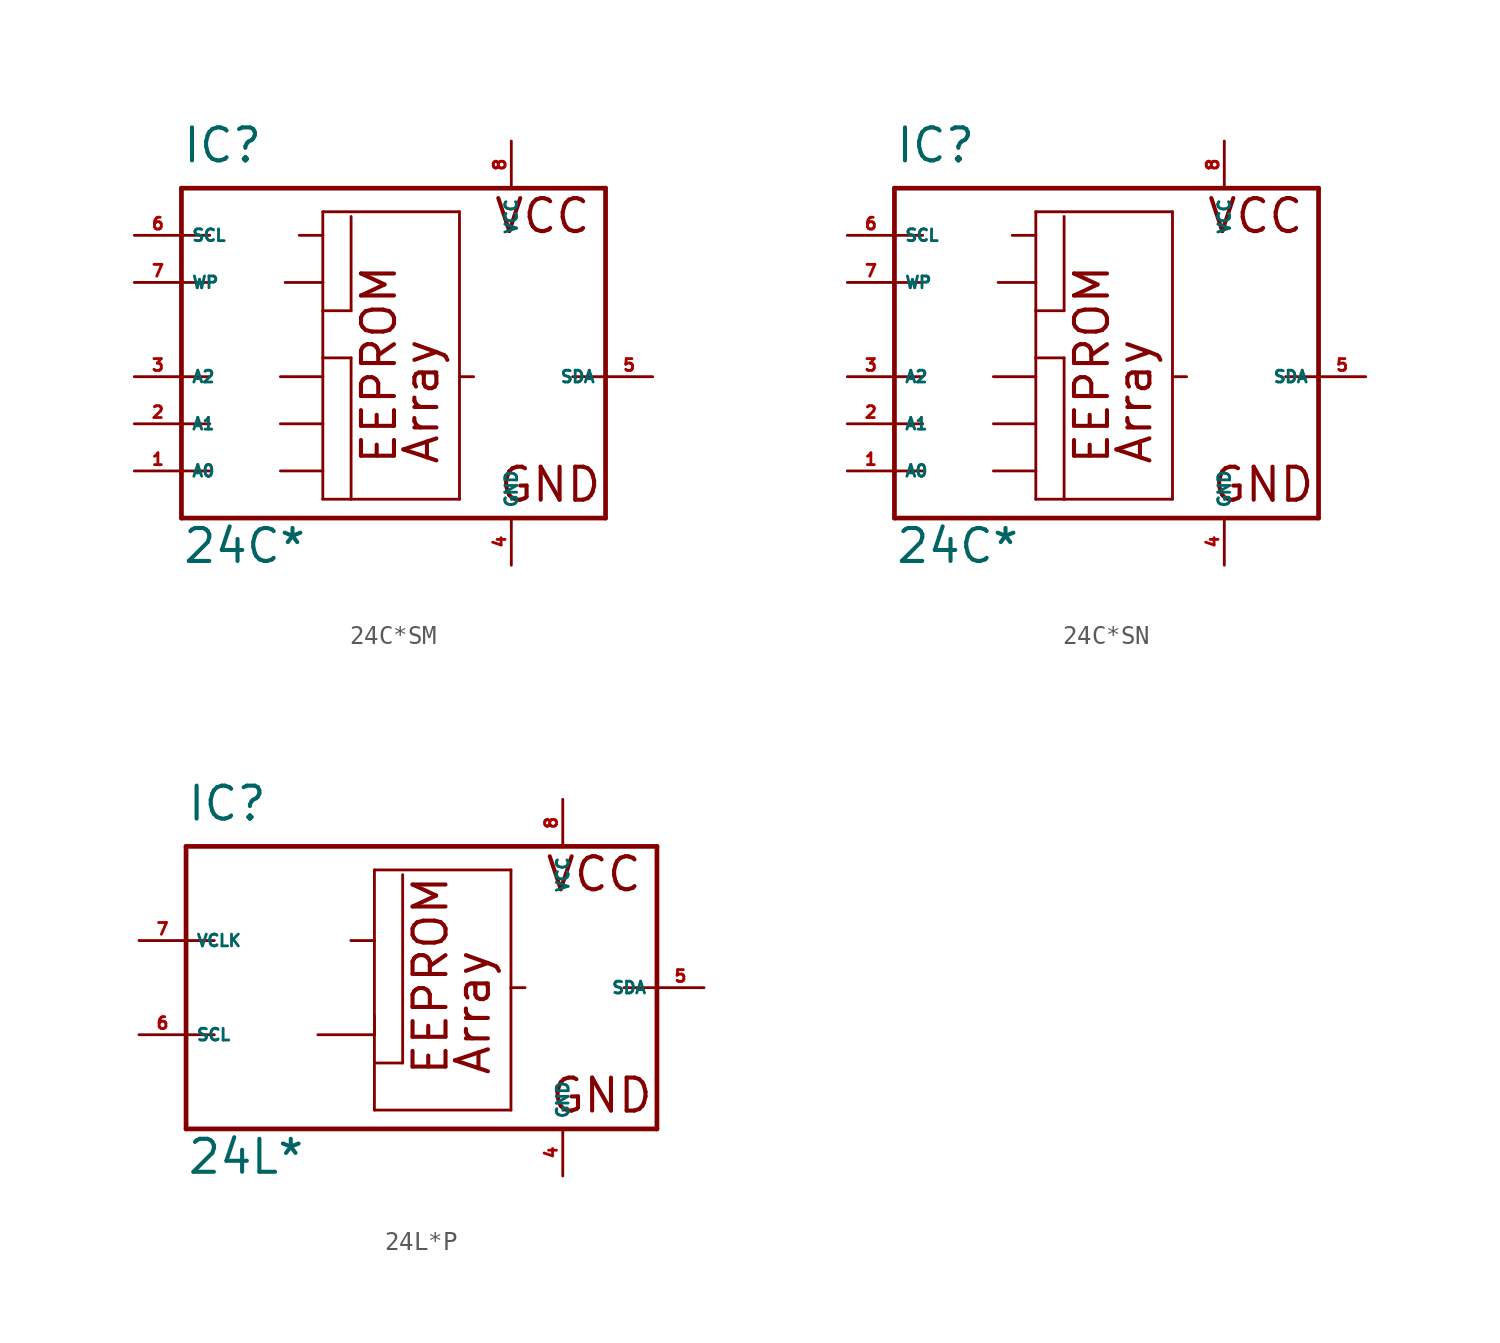
<source format=kicad_sym>
(kicad_symbol_lib
  (version 20220914)
  (generator Eagle2Kicad)
  (symbol "24C*SM"
    (property "Reference" "IC"
      (at -10.16 11.43 0)
      (effects (font (size 1.778 1.778) (thickness 0.22)) (justify left bottom)))
    (property "Value" "24C*"
      (at -10.16 -10.16 0)
      (effects (font (size 1.778 1.778) (thickness 0.22)) (justify left bottom)))
    (polyline
      (pts (xy -10.16 10.16) (xy 12.7 10.16))
      (stroke (width 0.254) (type default))
      (fill (type none)))
    (polyline
      (pts (xy 12.7 10.16) (xy 12.7 0))
      (stroke (width 0.254) (type default))
      (fill (type none)))
    (polyline
      (pts (xy 12.7 0) (xy 12.7 -7.62))
      (stroke (width 0.254) (type default))
      (fill (type none)))
    (polyline
      (pts (xy 12.7 -7.62) (xy -10.16 -7.62))
      (stroke (width 0.254) (type default))
      (fill (type none)))
    (polyline
      (pts (xy -10.16 -7.62) (xy -10.16 -5.08))
      (stroke (width 0.254) (type default))
      (fill (type none)))
    (polyline
      (pts (xy -10.16 -5.08) (xy -10.16 -2.54))
      (stroke (width 0.254) (type default))
      (fill (type none)))
    (polyline
      (pts (xy -10.16 -2.54) (xy -10.16 0))
      (stroke (width 0.254) (type default))
      (fill (type none)))
    (polyline
      (pts (xy -10.16 0) (xy -10.16 5.08))
      (stroke (width 0.254) (type default))
      (fill (type none)))
    (polyline
      (pts (xy -10.16 5.08) (xy -10.16 7.62))
      (stroke (width 0.254) (type default))
      (fill (type none)))
    (polyline
      (pts (xy -10.16 7.62) (xy -10.16 10.16))
      (stroke (width 0.254) (type default))
      (fill (type none)))
    (polyline
      (pts (xy -2.54 8.89) (xy 4.826 8.89))
      (stroke (width 0.152) (type default))
      (fill (type none)))
    (polyline
      (pts (xy 4.826 8.89) (xy 4.826 0))
      (stroke (width 0.152) (type default))
      (fill (type none)))
    (polyline
      (pts (xy 4.826 0) (xy 4.826 -6.604))
      (stroke (width 0.152) (type default))
      (fill (type none)))
    (polyline
      (pts (xy 4.826 -6.604) (xy -1.016 -6.604))
      (stroke (width 0.152) (type default))
      (fill (type none)))
    (polyline
      (pts (xy -1.016 -6.604) (xy -2.54 -6.604))
      (stroke (width 0.152) (type default))
      (fill (type none)))
    (polyline
      (pts (xy -2.54 -6.604) (xy -2.54 -5.08))
      (stroke (width 0.152) (type default))
      (fill (type none)))
    (polyline
      (pts (xy -2.54 -5.08) (xy -2.54 -2.54))
      (stroke (width 0.152) (type default))
      (fill (type none)))
    (polyline
      (pts (xy -2.54 -2.54) (xy -2.54 0))
      (stroke (width 0.152) (type default))
      (fill (type none)))
    (polyline
      (pts (xy -2.54 0) (xy -2.54 1.016))
      (stroke (width 0.152) (type default))
      (fill (type none)))
    (polyline
      (pts (xy -2.54 1.016) (xy -2.54 3.556))
      (stroke (width 0.152) (type default))
      (fill (type none)))
    (polyline
      (pts (xy -2.54 3.556) (xy -2.54 5.08))
      (stroke (width 0.152) (type default))
      (fill (type none)))
    (polyline
      (pts (xy -2.54 5.08) (xy -2.54 7.62))
      (stroke (width 0.152) (type default))
      (fill (type none)))
    (polyline
      (pts (xy -2.54 7.62) (xy -2.54 8.89))
      (stroke (width 0.152) (type default))
      (fill (type none)))
    (polyline
      (pts (xy -4.826 0) (xy -2.54 0))
      (stroke (width 0.152) (type default))
      (fill (type none)))
    (polyline
      (pts (xy -4.826 -2.54) (xy -2.54 -2.54))
      (stroke (width 0.152) (type default))
      (fill (type none)))
    (polyline
      (pts (xy -4.826 -5.08) (xy -2.54 -5.08))
      (stroke (width 0.152) (type default))
      (fill (type none)))
    (polyline
      (pts (xy -10.16 0) (xy -8.636 0))
      (stroke (width 0.152) (type default))
      (fill (type none)))
    (polyline
      (pts (xy -10.16 -2.54) (xy -8.636 -2.54))
      (stroke (width 0.152) (type default))
      (fill (type none)))
    (polyline
      (pts (xy -10.16 -5.08) (xy -8.636 -5.08))
      (stroke (width 0.152) (type default))
      (fill (type none)))
    (polyline
      (pts (xy -10.16 7.62) (xy -8.636 7.62))
      (stroke (width 0.152) (type default))
      (fill (type none)))
    (polyline
      (pts (xy 12.7 0) (xy 10.922 0))
      (stroke (width 0.152) (type default))
      (fill (type none)))
    (polyline
      (pts (xy 5.588 0) (xy 4.826 0))
      (stroke (width 0.152) (type default))
      (fill (type none)))
    (polyline
      (pts (xy -1.016 8.636) (xy -1.016 3.556))
      (stroke (width 0.152) (type default))
      (fill (type none)))
    (polyline
      (pts (xy -1.016 1.016) (xy -1.016 -6.604))
      (stroke (width 0.152) (type default))
      (fill (type none)))
    (polyline
      (pts (xy -10.16 5.08) (xy -8.636 5.08))
      (stroke (width 0.152) (type default))
      (fill (type none)))
    (polyline
      (pts (xy -4.572 5.08) (xy -2.54 5.08))
      (stroke (width 0.152) (type default))
      (fill (type none)))
    (polyline
      (pts (xy -2.54 3.556) (xy -1.016 3.556))
      (stroke (width 0.152) (type default))
      (fill (type none)))
    (polyline
      (pts (xy -3.81 7.62) (xy -2.54 7.62))
      (stroke (width 0.152) (type default))
      (fill (type none)))
    (polyline
      (pts (xy -2.54 1.016) (xy -1.016 1.016))
      (stroke (width 0.152) (type default))
      (fill (type none)))
    (text "Array"
      (at 3.81 -4.826 900)
      (effects (font (size 1.778 1.778) (thickness 0.22)) (justify left bottom)))
    (text "VCC"
      (at 6.604 7.62 0)
      (effects (font (size 1.778 1.778) (thickness 0.22)) (justify left bottom)))
    (text "GND"
      (at 6.858 -6.858 0)
      (effects (font (size 1.778 1.778) (thickness 0.22)) (justify left bottom)))
    (text "EEPROM"
      (at 1.524 -4.826 900)
      (effects (font (size 1.778 1.778) (thickness 0.22)) (justify left bottom)))
    (pin unspecified line
      (at 7.62 12.7 270)
      (length 2.54)
      (name "VCC" (effects (font (size 0.635 0.635) (thickness 0.08)) (justify left bottom)))
      (number "8" (effects (font (size 0.635 0.635) (thickness 0.08)) (justify left bottom))))
    (pin unspecified line
      (at 7.62 -10.16 90)
      (length 2.54)
      (name "GND" (effects (font (size 0.635 0.635) (thickness 0.08)) (justify left bottom)))
      (number "4" (effects (font (size 0.635 0.635) (thickness 0.08)) (justify left bottom))))
    (pin input line
      (at -12.7 7.62 0)
      (length 2.54)
      (name "SCL" (effects (font (size 0.635 0.635) (thickness 0.08)) (justify left bottom)))
      (number "6" (effects (font (size 0.635 0.635) (thickness 0.08)) (justify left bottom))))
    (pin bidirectional line
      (at 15.24 0 180)
      (length 2.54)
      (name "SDA" (effects (font (size 0.635 0.635) (thickness 0.08)) (justify left bottom)))
      (number "5" (effects (font (size 0.635 0.635) (thickness 0.08)) (justify left bottom))))
    (pin input line
      (at -12.7 -5.08 0)
      (length 2.54)
      (name "A0" (effects (font (size 0.635 0.635) (thickness 0.08)) (justify left bottom)))
      (number "1" (effects (font (size 0.635 0.635) (thickness 0.08)) (justify left bottom))))
    (pin input line
      (at -12.7 -2.54 0)
      (length 2.54)
      (name "A1" (effects (font (size 0.635 0.635) (thickness 0.08)) (justify left bottom)))
      (number "2" (effects (font (size 0.635 0.635) (thickness 0.08)) (justify left bottom))))
    (pin input line
      (at -12.7 0 0)
      (length 2.54)
      (name "A2" (effects (font (size 0.635 0.635) (thickness 0.08)) (justify left bottom)))
      (number "3" (effects (font (size 0.635 0.635) (thickness 0.08)) (justify left bottom))))
    (pin input line
      (at -12.7 5.08 0)
      (length 2.54)
      (name "WP" (effects (font (size 0.635 0.635) (thickness 0.08)) (justify left bottom)))
      (number "7" (effects (font (size 0.635 0.635) (thickness 0.08)) (justify left bottom)))))
  (symbol "24C*SN"
    (property "Reference" "IC"
      (at -10.16 11.43 0)
      (effects (font (size 1.778 1.778) (thickness 0.22)) (justify left bottom)))
    (property "Value" "24C*"
      (at -10.16 -10.16 0)
      (effects (font (size 1.778 1.778) (thickness 0.22)) (justify left bottom)))
    (polyline
      (pts (xy -10.16 10.16) (xy 12.7 10.16))
      (stroke (width 0.254) (type default))
      (fill (type none)))
    (polyline
      (pts (xy 12.7 10.16) (xy 12.7 0))
      (stroke (width 0.254) (type default))
      (fill (type none)))
    (polyline
      (pts (xy 12.7 0) (xy 12.7 -7.62))
      (stroke (width 0.254) (type default))
      (fill (type none)))
    (polyline
      (pts (xy 12.7 -7.62) (xy -10.16 -7.62))
      (stroke (width 0.254) (type default))
      (fill (type none)))
    (polyline
      (pts (xy -10.16 -7.62) (xy -10.16 -5.08))
      (stroke (width 0.254) (type default))
      (fill (type none)))
    (polyline
      (pts (xy -10.16 -5.08) (xy -10.16 -2.54))
      (stroke (width 0.254) (type default))
      (fill (type none)))
    (polyline
      (pts (xy -10.16 -2.54) (xy -10.16 0))
      (stroke (width 0.254) (type default))
      (fill (type none)))
    (polyline
      (pts (xy -10.16 0) (xy -10.16 5.08))
      (stroke (width 0.254) (type default))
      (fill (type none)))
    (polyline
      (pts (xy -10.16 5.08) (xy -10.16 7.62))
      (stroke (width 0.254) (type default))
      (fill (type none)))
    (polyline
      (pts (xy -10.16 7.62) (xy -10.16 10.16))
      (stroke (width 0.254) (type default))
      (fill (type none)))
    (polyline
      (pts (xy -2.54 8.89) (xy 4.826 8.89))
      (stroke (width 0.152) (type default))
      (fill (type none)))
    (polyline
      (pts (xy 4.826 8.89) (xy 4.826 0))
      (stroke (width 0.152) (type default))
      (fill (type none)))
    (polyline
      (pts (xy 4.826 0) (xy 4.826 -6.604))
      (stroke (width 0.152) (type default))
      (fill (type none)))
    (polyline
      (pts (xy 4.826 -6.604) (xy -1.016 -6.604))
      (stroke (width 0.152) (type default))
      (fill (type none)))
    (polyline
      (pts (xy -1.016 -6.604) (xy -2.54 -6.604))
      (stroke (width 0.152) (type default))
      (fill (type none)))
    (polyline
      (pts (xy -2.54 -6.604) (xy -2.54 -5.08))
      (stroke (width 0.152) (type default))
      (fill (type none)))
    (polyline
      (pts (xy -2.54 -5.08) (xy -2.54 -2.54))
      (stroke (width 0.152) (type default))
      (fill (type none)))
    (polyline
      (pts (xy -2.54 -2.54) (xy -2.54 0))
      (stroke (width 0.152) (type default))
      (fill (type none)))
    (polyline
      (pts (xy -2.54 0) (xy -2.54 1.016))
      (stroke (width 0.152) (type default))
      (fill (type none)))
    (polyline
      (pts (xy -2.54 1.016) (xy -2.54 3.556))
      (stroke (width 0.152) (type default))
      (fill (type none)))
    (polyline
      (pts (xy -2.54 3.556) (xy -2.54 5.08))
      (stroke (width 0.152) (type default))
      (fill (type none)))
    (polyline
      (pts (xy -2.54 5.08) (xy -2.54 7.62))
      (stroke (width 0.152) (type default))
      (fill (type none)))
    (polyline
      (pts (xy -2.54 7.62) (xy -2.54 8.89))
      (stroke (width 0.152) (type default))
      (fill (type none)))
    (polyline
      (pts (xy -4.826 0) (xy -2.54 0))
      (stroke (width 0.152) (type default))
      (fill (type none)))
    (polyline
      (pts (xy -4.826 -2.54) (xy -2.54 -2.54))
      (stroke (width 0.152) (type default))
      (fill (type none)))
    (polyline
      (pts (xy -4.826 -5.08) (xy -2.54 -5.08))
      (stroke (width 0.152) (type default))
      (fill (type none)))
    (polyline
      (pts (xy -10.16 0) (xy -8.636 0))
      (stroke (width 0.152) (type default))
      (fill (type none)))
    (polyline
      (pts (xy -10.16 -2.54) (xy -8.636 -2.54))
      (stroke (width 0.152) (type default))
      (fill (type none)))
    (polyline
      (pts (xy -10.16 -5.08) (xy -8.636 -5.08))
      (stroke (width 0.152) (type default))
      (fill (type none)))
    (polyline
      (pts (xy -10.16 7.62) (xy -8.636 7.62))
      (stroke (width 0.152) (type default))
      (fill (type none)))
    (polyline
      (pts (xy 12.7 0) (xy 10.922 0))
      (stroke (width 0.152) (type default))
      (fill (type none)))
    (polyline
      (pts (xy 5.588 0) (xy 4.826 0))
      (stroke (width 0.152) (type default))
      (fill (type none)))
    (polyline
      (pts (xy -1.016 8.636) (xy -1.016 3.556))
      (stroke (width 0.152) (type default))
      (fill (type none)))
    (polyline
      (pts (xy -1.016 1.016) (xy -1.016 -6.604))
      (stroke (width 0.152) (type default))
      (fill (type none)))
    (polyline
      (pts (xy -10.16 5.08) (xy -8.636 5.08))
      (stroke (width 0.152) (type default))
      (fill (type none)))
    (polyline
      (pts (xy -4.572 5.08) (xy -2.54 5.08))
      (stroke (width 0.152) (type default))
      (fill (type none)))
    (polyline
      (pts (xy -2.54 3.556) (xy -1.016 3.556))
      (stroke (width 0.152) (type default))
      (fill (type none)))
    (polyline
      (pts (xy -3.81 7.62) (xy -2.54 7.62))
      (stroke (width 0.152) (type default))
      (fill (type none)))
    (polyline
      (pts (xy -2.54 1.016) (xy -1.016 1.016))
      (stroke (width 0.152) (type default))
      (fill (type none)))
    (text "Array"
      (at 3.81 -4.826 900)
      (effects (font (size 1.778 1.778) (thickness 0.22)) (justify left bottom)))
    (text "VCC"
      (at 6.604 7.62 0)
      (effects (font (size 1.778 1.778) (thickness 0.22)) (justify left bottom)))
    (text "GND"
      (at 6.858 -6.858 0)
      (effects (font (size 1.778 1.778) (thickness 0.22)) (justify left bottom)))
    (text "EEPROM"
      (at 1.524 -4.826 900)
      (effects (font (size 1.778 1.778) (thickness 0.22)) (justify left bottom)))
    (pin unspecified line
      (at 7.62 12.7 270)
      (length 2.54)
      (name "VCC" (effects (font (size 0.635 0.635) (thickness 0.08)) (justify left bottom)))
      (number "8" (effects (font (size 0.635 0.635) (thickness 0.08)) (justify left bottom))))
    (pin unspecified line
      (at 7.62 -10.16 90)
      (length 2.54)
      (name "GND" (effects (font (size 0.635 0.635) (thickness 0.08)) (justify left bottom)))
      (number "4" (effects (font (size 0.635 0.635) (thickness 0.08)) (justify left bottom))))
    (pin input line
      (at -12.7 7.62 0)
      (length 2.54)
      (name "SCL" (effects (font (size 0.635 0.635) (thickness 0.08)) (justify left bottom)))
      (number "6" (effects (font (size 0.635 0.635) (thickness 0.08)) (justify left bottom))))
    (pin bidirectional line
      (at 15.24 0 180)
      (length 2.54)
      (name "SDA" (effects (font (size 0.635 0.635) (thickness 0.08)) (justify left bottom)))
      (number "5" (effects (font (size 0.635 0.635) (thickness 0.08)) (justify left bottom))))
    (pin input line
      (at -12.7 -5.08 0)
      (length 2.54)
      (name "A0" (effects (font (size 0.635 0.635) (thickness 0.08)) (justify left bottom)))
      (number "1" (effects (font (size 0.635 0.635) (thickness 0.08)) (justify left bottom))))
    (pin input line
      (at -12.7 -2.54 0)
      (length 2.54)
      (name "A1" (effects (font (size 0.635 0.635) (thickness 0.08)) (justify left bottom)))
      (number "2" (effects (font (size 0.635 0.635) (thickness 0.08)) (justify left bottom))))
    (pin input line
      (at -12.7 0 0)
      (length 2.54)
      (name "A2" (effects (font (size 0.635 0.635) (thickness 0.08)) (justify left bottom)))
      (number "3" (effects (font (size 0.635 0.635) (thickness 0.08)) (justify left bottom))))
    (pin input line
      (at -12.7 5.08 0)
      (length 2.54)
      (name "WP" (effects (font (size 0.635 0.635) (thickness 0.08)) (justify left bottom)))
      (number "7" (effects (font (size 0.635 0.635) (thickness 0.08)) (justify left bottom)))))
  (symbol "24L*P"
    (property "Reference" "IC"
      (at -12.7 8.89 0)
      (effects (font (size 1.778 1.778) (thickness 0.22)) (justify left bottom)))
    (property "Value" "24L*"
      (at -12.7 -10.16 0)
      (effects (font (size 1.778 1.778) (thickness 0.22)) (justify left bottom)))
    (polyline
      (pts (xy -12.7 7.62) (xy 12.7 7.62))
      (stroke (width 0.254) (type default))
      (fill (type none)))
    (polyline
      (pts (xy 12.7 7.62) (xy 12.7 0))
      (stroke (width 0.254) (type default))
      (fill (type none)))
    (polyline
      (pts (xy 12.7 0) (xy 12.7 -7.62))
      (stroke (width 0.254) (type default))
      (fill (type none)))
    (polyline
      (pts (xy 12.7 -7.62) (xy -12.7 -7.62))
      (stroke (width 0.254) (type default))
      (fill (type none)))
    (polyline
      (pts (xy -12.7 -7.62) (xy -12.7 -2.54))
      (stroke (width 0.254) (type default))
      (fill (type none)))
    (polyline
      (pts (xy -12.7 -2.54) (xy -12.7 2.54))
      (stroke (width 0.254) (type default))
      (fill (type none)))
    (polyline
      (pts (xy -12.7 2.54) (xy -12.7 7.62))
      (stroke (width 0.254) (type default))
      (fill (type none)))
    (polyline
      (pts (xy -2.54 6.35) (xy 4.826 6.35))
      (stroke (width 0.152) (type default))
      (fill (type none)))
    (polyline
      (pts (xy 4.826 6.35) (xy 4.826 0))
      (stroke (width 0.152) (type default))
      (fill (type none)))
    (polyline
      (pts (xy 4.826 0) (xy 4.826 -6.604))
      (stroke (width 0.152) (type default))
      (fill (type none)))
    (polyline
      (pts (xy 4.826 -6.604) (xy -2.54 -6.604))
      (stroke (width 0.152) (type default))
      (fill (type none)))
    (polyline
      (pts (xy -2.54 -6.604) (xy -2.54 -4.064))
      (stroke (width 0.152) (type default))
      (fill (type none)))
    (polyline
      (pts (xy -2.54 -4.064) (xy -2.54 -2.54))
      (stroke (width 0.152) (type default))
      (fill (type none)))
    (polyline
      (pts (xy -2.54 -2.54) (xy -2.54 -1.524))
      (stroke (width 0.152) (type default))
      (fill (type none)))
    (polyline
      (pts (xy -2.54 -2.54) (xy -2.54 2.54))
      (stroke (width 0.152) (type default))
      (fill (type none)))
    (polyline
      (pts (xy -2.54 2.54) (xy -2.54 6.35))
      (stroke (width 0.152) (type default))
      (fill (type none)))
    (polyline
      (pts (xy -12.7 -2.54) (xy -11.176 -2.54))
      (stroke (width 0.152) (type default))
      (fill (type none)))
    (polyline
      (pts (xy 12.7 0) (xy 10.922 0))
      (stroke (width 0.152) (type default))
      (fill (type none)))
    (polyline
      (pts (xy 5.588 0) (xy 4.826 0))
      (stroke (width 0.152) (type default))
      (fill (type none)))
    (polyline
      (pts (xy -1.016 6.096) (xy -1.016 -4.064))
      (stroke (width 0.152) (type default))
      (fill (type none)))
    (polyline
      (pts (xy -2.54 -4.064) (xy -1.016 -4.064))
      (stroke (width 0.152) (type default))
      (fill (type none)))
    (polyline
      (pts (xy -5.588 -2.54) (xy -2.54 -2.54))
      (stroke (width 0.152) (type default))
      (fill (type none)))
    (polyline
      (pts (xy -3.81 2.54) (xy -2.54 2.54))
      (stroke (width 0.152) (type default))
      (fill (type none)))
    (polyline
      (pts (xy -12.7 2.54) (xy -11.176 2.54))
      (stroke (width 0.152) (type default))
      (fill (type none)))
    (text "Array"
      (at 3.81 -4.826 900)
      (effects (font (size 1.778 1.778) (thickness 0.22)) (justify left bottom)))
    (text "VCC"
      (at 6.604 5.08 0)
      (effects (font (size 1.778 1.778) (thickness 0.22)) (justify left bottom)))
    (text "GND"
      (at 6.858 -6.858 0)
      (effects (font (size 1.778 1.778) (thickness 0.22)) (justify left bottom)))
    (text "EEPROM"
      (at 1.524 -4.826 900)
      (effects (font (size 1.778 1.778) (thickness 0.22)) (justify left bottom)))
    (pin unspecified line
      (at 7.62 10.16 270)
      (length 2.54)
      (name "VCC" (effects (font (size 0.635 0.635) (thickness 0.08)) (justify left bottom)))
      (number "8" (effects (font (size 0.635 0.635) (thickness 0.08)) (justify left bottom))))
    (pin unspecified line
      (at 7.62 -10.16 90)
      (length 2.54)
      (name "GND" (effects (font (size 0.635 0.635) (thickness 0.08)) (justify left bottom)))
      (number "4" (effects (font (size 0.635 0.635) (thickness 0.08)) (justify left bottom))))
    (pin input line
      (at -15.24 -2.54 0)
      (length 2.54)
      (name "SCL" (effects (font (size 0.635 0.635) (thickness 0.08)) (justify left bottom)))
      (number "6" (effects (font (size 0.635 0.635) (thickness 0.08)) (justify left bottom))))
    (pin bidirectional line
      (at 15.24 0 180)
      (length 2.54)
      (name "SDA" (effects (font (size 0.635 0.635) (thickness 0.08)) (justify left bottom)))
      (number "5" (effects (font (size 0.635 0.635) (thickness 0.08)) (justify left bottom))))
    (pin input line
      (at -15.24 2.54 0)
      (length 2.54)
      (name "VCLK" (effects (font (size 0.635 0.635) (thickness 0.08)) (justify left bottom)))
      (number "7" (effects (font (size 0.635 0.635) (thickness 0.08)) (justify left bottom))))))
</source>
